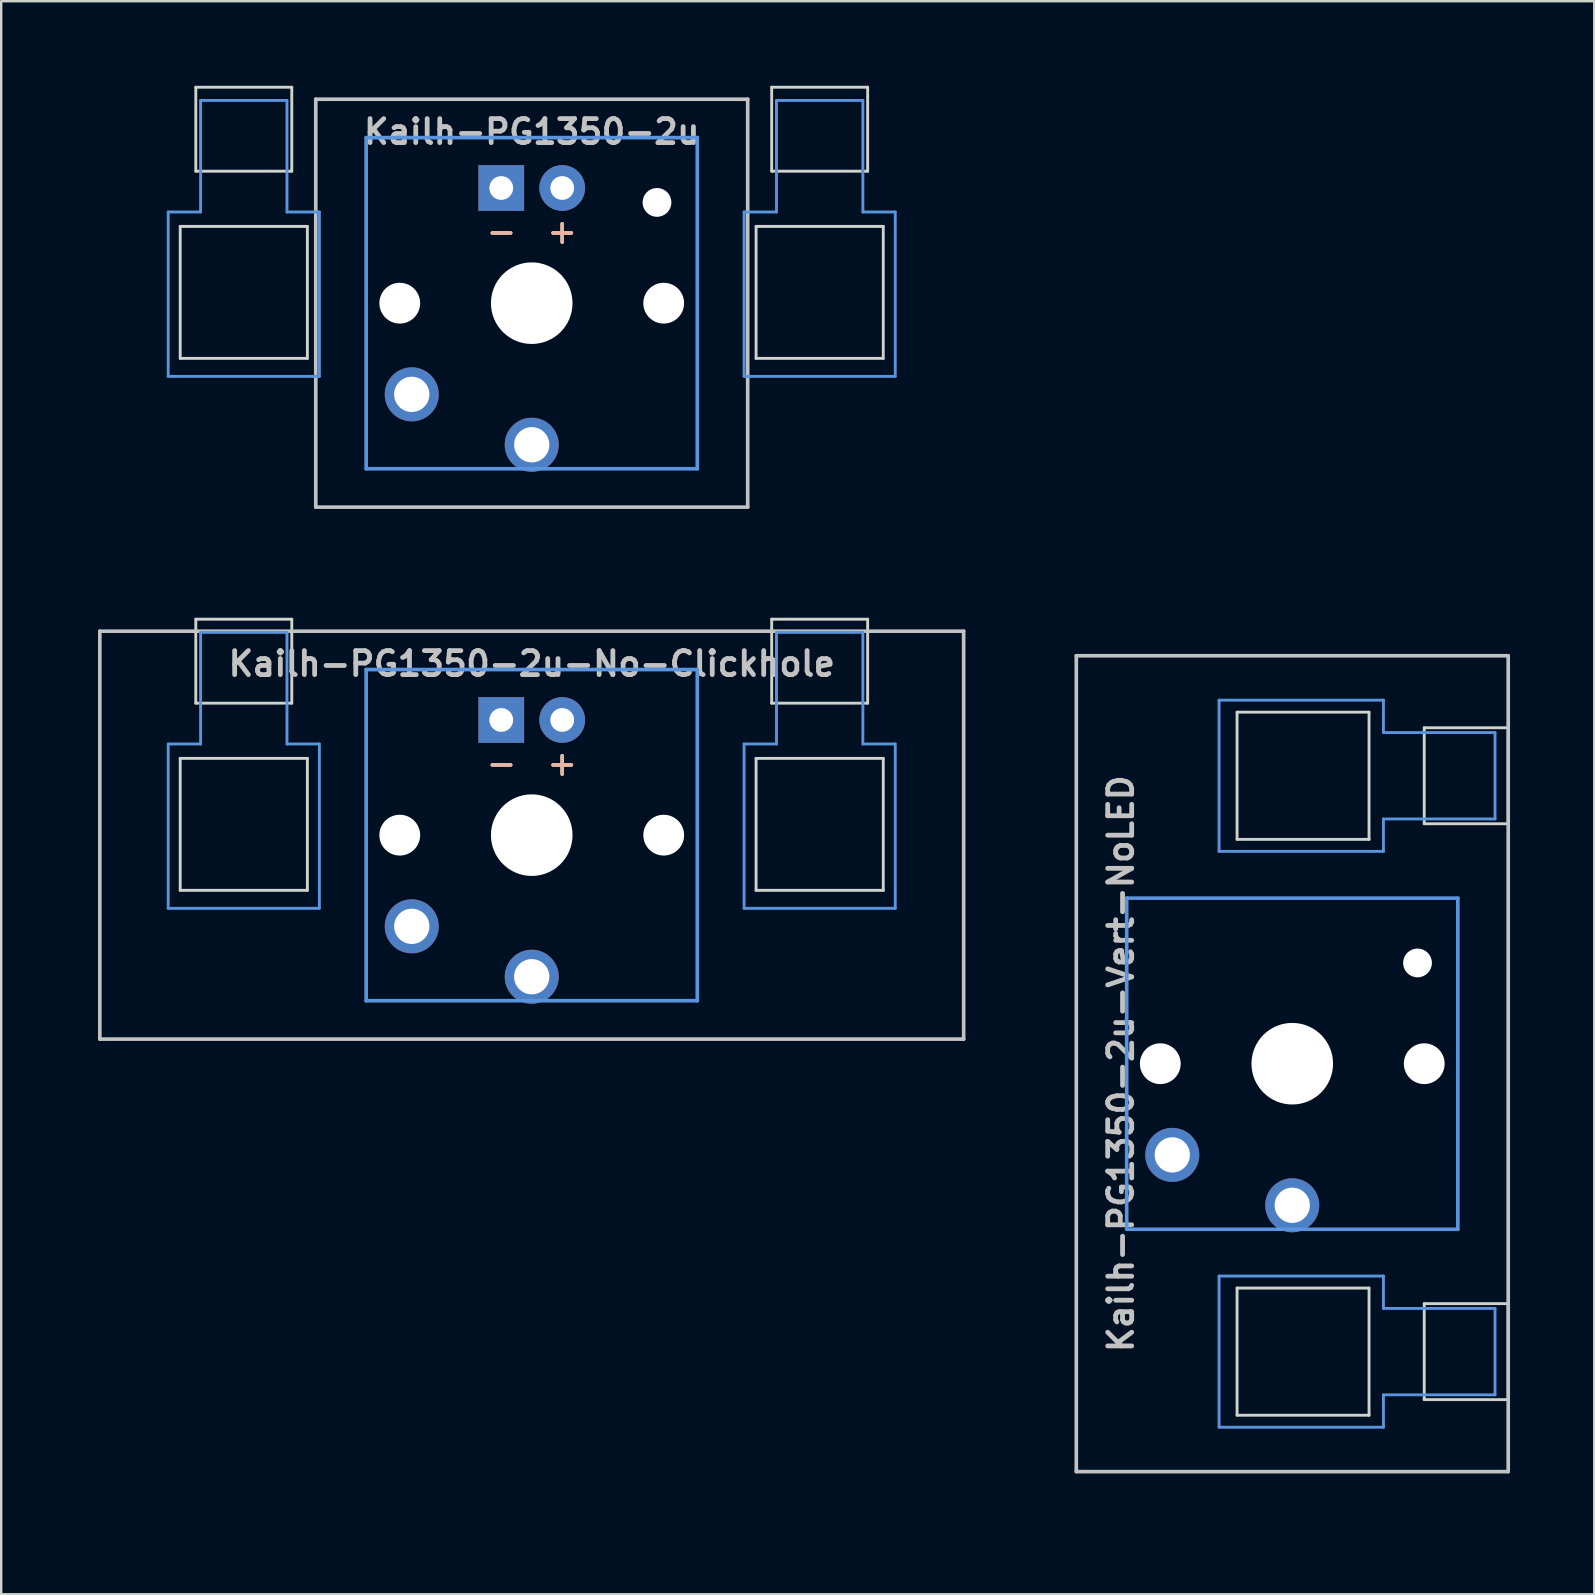
<source format=kicad_pcb>
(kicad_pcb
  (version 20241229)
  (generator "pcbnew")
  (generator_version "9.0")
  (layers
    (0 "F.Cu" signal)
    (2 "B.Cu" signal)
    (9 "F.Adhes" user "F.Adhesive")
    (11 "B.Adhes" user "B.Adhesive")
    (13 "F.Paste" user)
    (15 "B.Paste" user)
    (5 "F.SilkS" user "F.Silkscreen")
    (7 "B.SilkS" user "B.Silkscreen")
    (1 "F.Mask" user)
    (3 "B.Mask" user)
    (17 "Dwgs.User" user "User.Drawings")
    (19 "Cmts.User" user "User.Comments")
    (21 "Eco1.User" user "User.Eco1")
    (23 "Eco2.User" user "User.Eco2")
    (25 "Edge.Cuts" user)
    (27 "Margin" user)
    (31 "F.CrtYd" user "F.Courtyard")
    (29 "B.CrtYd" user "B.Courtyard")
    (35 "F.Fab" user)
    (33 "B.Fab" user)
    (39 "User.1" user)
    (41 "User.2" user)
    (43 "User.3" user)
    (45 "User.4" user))
  (footprint "Kailh-PG1350-2u-No-Clickhole"
    (layer "F.Cu")
    (at 19.11 31.755)
    (property "Reference" "Kailh-PG1350-2u-No-Clickhole" (at 0 -7.144 180) (layer "Dwgs.User") (effects (font (size 1 1) (thickness 0.2))))
    (attr through_hole)
    (fp_line (start -18 -8.5) (end 18 -8.5) (stroke (width 0.152) (type solid)) (layer "Dwgs.User"))
    (fp_line (start -18 8.5) (end -18 -8.5) (stroke (width 0.152) (type solid)) (layer "Dwgs.User"))
    (fp_line (start 18 -8.5) (end 18 8.5) (stroke (width 0.152) (type solid)) (layer "Dwgs.User"))
    (fp_line (start 18 8.5) (end -18 8.5) (stroke (width 0.152) (type solid)) (layer "Dwgs.User"))
    (fp_line (start -15.15 -3.8) (end -13.8 -3.8) (stroke (width 0.12) (type solid)) (layer "Cmts.User"))
    (fp_line (start -15.15 3.05) (end -15.15 -3.8) (stroke (width 0.12) (type solid)) (layer "Cmts.User"))
    (fp_line (start -15.15 3.05) (end -8.85 3.05) (stroke (width 0.12) (type solid)) (layer "Cmts.User"))
    (fp_line (start -13.8 -8.45) (end -13.8 -3.8) (stroke (width 0.12) (type solid)) (layer "Cmts.User"))
    (fp_line (start -13.8 -8.45) (end -10.2 -8.45) (stroke (width 0.12) (type solid)) (layer "Cmts.User"))
    (fp_line (start -10.2 -8.45) (end -10.2 -3.8) (stroke (width 0.12) (type solid)) (layer "Cmts.User"))
    (fp_line (start -10.2 -3.8) (end -8.85 -3.8) (stroke (width 0.12) (type solid)) (layer "Cmts.User"))
    (fp_line (start -8.85 3.05) (end -8.85 -3.8) (stroke (width 0.12) (type solid)) (layer "Cmts.User"))
    (fp_line (start -6.9 -6.9) (end 6.9 -6.9) (stroke (width 0.152) (type solid)) (layer "Cmts.User"))
    (fp_line (start -6.9 6.9) (end -6.9 -6.9) (stroke (width 0.152) (type solid)) (layer "Cmts.User"))
    (fp_line (start 6.9 -6.9) (end 6.9 6.9) (stroke (width 0.152) (type solid)) (layer "Cmts.User"))
    (fp_line (start 6.9 6.9) (end -6.9 6.9) (stroke (width 0.152) (type solid)) (layer "Cmts.User"))
    (fp_line (start 8.85 -3.8) (end 10.2 -3.8) (stroke (width 0.12) (type solid)) (layer "Cmts.User"))
    (fp_line (start 8.85 3.05) (end 8.85 -3.8) (stroke (width 0.12) (type solid)) (layer "Cmts.User"))
    (fp_line (start 8.85 3.05) (end 15.15 3.05) (stroke (width 0.12) (type solid)) (layer "Cmts.User"))
    (fp_line (start 10.2 -8.45) (end 10.2 -3.8) (stroke (width 0.12) (type solid)) (layer "Cmts.User"))
    (fp_line (start 10.2 -8.45) (end 13.8 -8.45) (stroke (width 0.12) (type solid)) (layer "Cmts.User"))
    (fp_line (start 13.8 -8.45) (end 13.8 -3.8) (stroke (width 0.12) (type solid)) (layer "Cmts.User"))
    (fp_line (start 13.8 -3.8) (end 15.15 -3.8) (stroke (width 0.12) (type solid)) (layer "Cmts.User"))
    (fp_line (start 15.15 3.05) (end 15.15 -3.8) (stroke (width 0.12) (type solid)) (layer "Cmts.User"))
    (fp_line (start -19.05 -9.525) (end -19.05 9.525) (stroke (width 0.12) (type solid)) (layer "Eco1.User"))
    (fp_line (start -19.05 -9.525) (end 19.05 -9.525) (stroke (width 0.12) (type solid)) (layer "Eco1.User"))
    (fp_line (start -19.05 9.525) (end 19.05 9.525) (stroke (width 0.12) (type solid)) (layer "Eco1.User"))
    (fp_line (start 19.05 -9.525) (end 19.05 9.525) (stroke (width 0.12) (type solid)) (layer "Eco1.User"))
    (fp_line (start -7.5 -7.5) (end 7.5 -7.5) (stroke (width 0.152) (type solid)) (layer "Eco2.User"))
    (fp_line (start -7.5 7.5) (end -7.5 -7.5) (stroke (width 0.152) (type solid)) (layer "Eco2.User"))
    (fp_line (start 7.5 -7.5) (end 7.5 7.5) (stroke (width 0.152) (type solid)) (layer "Eco2.User"))
    (fp_line (start 7.5 7.5) (end -7.5 7.5) (stroke (width 0.152) (type solid)) (layer "Eco2.User"))
    (fp_line (start -14.65 -3.2) (end -14.65 2.3) (stroke (width 0.12) (type solid)) (layer "Edge.Cuts"))
    (fp_line (start -14.65 -3.2) (end -9.35 -3.2) (stroke (width 0.12) (type solid)) (layer "Edge.Cuts"))
    (fp_line (start -14.65 2.3) (end -9.35 2.3) (stroke (width 0.12) (type solid)) (layer "Edge.Cuts"))
    (fp_line (start -14 -9) (end -14 -5.5) (stroke (width 0.12) (type solid)) (layer "Edge.Cuts"))
    (fp_line (start -14 -9) (end -10 -9) (stroke (width 0.12) (type solid)) (layer "Edge.Cuts"))
    (fp_line (start -14 -5.5) (end -10 -5.5) (stroke (width 0.12) (type solid)) (layer "Edge.Cuts"))
    (fp_line (start -10 -5.5) (end -10 -9) (stroke (width 0.12) (type solid)) (layer "Edge.Cuts"))
    (fp_line (start -9.35 2.3) (end -9.35 -3.2) (stroke (width 0.12) (type solid)) (layer "Edge.Cuts"))
    (fp_line (start 9.35 -3.2) (end 9.35 2.3) (stroke (width 0.12) (type solid)) (layer "Edge.Cuts"))
    (fp_line (start 9.35 -3.2) (end 14.65 -3.2) (stroke (width 0.12) (type solid)) (layer "Edge.Cuts"))
    (fp_line (start 9.35 2.3) (end 14.65 2.3) (stroke (width 0.12) (type solid)) (layer "Edge.Cuts"))
    (fp_line (start 10 -9) (end 10 -5.5) (stroke (width 0.12) (type solid)) (layer "Edge.Cuts"))
    (fp_line (start 10 -9) (end 14 -9) (stroke (width 0.12) (type solid)) (layer "Edge.Cuts"))
    (fp_line (start 10 -5.5) (end 14 -5.5) (stroke (width 0.12) (type solid)) (layer "Edge.Cuts"))
    (fp_line (start 14 -5.5) (end 14 -9) (stroke (width 0.12) (type solid)) (layer "Edge.Cuts"))
    (fp_line (start 14.65 2.3) (end 14.65 -3.2) (stroke (width 0.12) (type solid)) (layer "Edge.Cuts"))
    (fp_text user "-" (at -1.26 -3 180) (layer "F.SilkS") (effects (font (size 1 1) (thickness 0.15))))
    (fp_text user "+" (at 1.27 -3 180) (layer "F.SilkS") (effects (font (size 1 1) (thickness 0.15))))
    (fp_text user "+" (at 1.27 -3 180) (layer "B.SilkS") (effects (font (size 1 1) (thickness 0.15)) (justify mirror)))
    (fp_text user "-" (at -1.26 -3 180) (layer "B.SilkS") (effects (font (size 1 1) (thickness 0.15)) (justify mirror)))
    (pad "" np_thru_hole circle (at -5.5 0 180) (size 1.7 1.7) (drill 1.7) (layers "*.Cu" "*.Mask"))
    (pad "" np_thru_hole circle (at 0 0 180) (size 3.4 3.4) (drill 3.4) (layers "*.Cu" "*.Mask"))
    (pad "" np_thru_hole circle (at 5.5 0 180) (size 1.7 1.7) (drill 1.7) (layers "*.Cu" "*.Mask"))
    (pad "1" thru_hole circle (at 0 5.9 180) (size 2.25 2.25) (drill 1.47) (layers "*.Cu" "*.Mask"))
    (pad "2" thru_hole circle (at -5 3.8 41.9) (size 2.25 2.25) (drill 1.47) (layers "*.Cu" "*.Mask"))
    (pad "3" thru_hole circle (at 1.27 -4.8 180) (size 1.905 1.905) (drill 0.991) (layers "*.Cu" "*.Mask"))
    (pad "4" thru_hole rect (at -1.27 -4.8 180) (size 1.905 1.905) (drill 0.991) (layers "*.Cu" "*.Mask")))
  (footprint "Kailh-PG1350-2u"
    (layer "F.Cu")
    (at 19.11 9.585)
    (property "Reference" "Kailh-PG1350-2u" (at 0 -7.144 180) (layer "Dwgs.User") (effects (font (size 1 1) (thickness 0.2))))
    (attr through_hole)
    (fp_line (start -9 -8.5) (end 9 -8.5) (stroke (width 0.152) (type solid)) (layer "Dwgs.User"))
    (fp_line (start -9 8.5) (end -9 -8.5) (stroke (width 0.152) (type solid)) (layer "Dwgs.User"))
    (fp_line (start 9 -8.5) (end 9 8.5) (stroke (width 0.152) (type solid)) (layer "Dwgs.User"))
    (fp_line (start 9 8.5) (end -9 8.5) (stroke (width 0.152) (type solid)) (layer "Dwgs.User"))
    (fp_line (start -15.15 -3.8) (end -13.8 -3.8) (stroke (width 0.12) (type solid)) (layer "Cmts.User"))
    (fp_line (start -15.15 3.05) (end -15.15 -3.8) (stroke (width 0.12) (type solid)) (layer "Cmts.User"))
    (fp_line (start -15.15 3.05) (end -8.85 3.05) (stroke (width 0.12) (type solid)) (layer "Cmts.User"))
    (fp_line (start -13.8 -8.45) (end -13.8 -3.8) (stroke (width 0.12) (type solid)) (layer "Cmts.User"))
    (fp_line (start -13.8 -8.45) (end -10.2 -8.45) (stroke (width 0.12) (type solid)) (layer "Cmts.User"))
    (fp_line (start -10.2 -8.45) (end -10.2 -3.8) (stroke (width 0.12) (type solid)) (layer "Cmts.User"))
    (fp_line (start -10.2 -3.8) (end -8.85 -3.8) (stroke (width 0.12) (type solid)) (layer "Cmts.User"))
    (fp_line (start -8.85 3.05) (end -8.85 -3.8) (stroke (width 0.12) (type solid)) (layer "Cmts.User"))
    (fp_line (start -6.9 -6.9) (end 6.9 -6.9) (stroke (width 0.152) (type solid)) (layer "Cmts.User"))
    (fp_line (start -6.9 6.9) (end -6.9 -6.9) (stroke (width 0.152) (type solid)) (layer "Cmts.User"))
    (fp_line (start 6.9 -6.9) (end 6.9 6.9) (stroke (width 0.152) (type solid)) (layer "Cmts.User"))
    (fp_line (start 6.9 6.9) (end -6.9 6.9) (stroke (width 0.152) (type solid)) (layer "Cmts.User"))
    (fp_line (start 8.85 -3.8) (end 10.2 -3.8) (stroke (width 0.12) (type solid)) (layer "Cmts.User"))
    (fp_line (start 8.85 3.05) (end 8.85 -3.8) (stroke (width 0.12) (type solid)) (layer "Cmts.User"))
    (fp_line (start 8.85 3.05) (end 15.15 3.05) (stroke (width 0.12) (type solid)) (layer "Cmts.User"))
    (fp_line (start 10.2 -8.45) (end 10.2 -3.8) (stroke (width 0.12) (type solid)) (layer "Cmts.User"))
    (fp_line (start 10.2 -8.45) (end 13.8 -8.45) (stroke (width 0.12) (type solid)) (layer "Cmts.User"))
    (fp_line (start 13.8 -8.45) (end 13.8 -3.8) (stroke (width 0.12) (type solid)) (layer "Cmts.User"))
    (fp_line (start 13.8 -3.8) (end 15.15 -3.8) (stroke (width 0.12) (type solid)) (layer "Cmts.User"))
    (fp_line (start 15.15 3.05) (end 15.15 -3.8) (stroke (width 0.12) (type solid)) (layer "Cmts.User"))
    (fp_line (start -19.05 -9.525) (end -19.05 9.525) (stroke (width 0.12) (type solid)) (layer "Eco1.User"))
    (fp_line (start -19.05 -9.525) (end 19.05 -9.525) (stroke (width 0.12) (type solid)) (layer "Eco1.User"))
    (fp_line (start -19.05 9.525) (end 19.05 9.525) (stroke (width 0.12) (type solid)) (layer "Eco1.User"))
    (fp_line (start 19.05 -9.525) (end 19.05 9.525) (stroke (width 0.12) (type solid)) (layer "Eco1.User"))
    (fp_line (start -7.5 -7.5) (end 7.5 -7.5) (stroke (width 0.152) (type solid)) (layer "Eco2.User"))
    (fp_line (start -7.5 7.5) (end -7.5 -7.5) (stroke (width 0.152) (type solid)) (layer "Eco2.User"))
    (fp_line (start 7.5 -7.5) (end 7.5 7.5) (stroke (width 0.152) (type solid)) (layer "Eco2.User"))
    (fp_line (start 7.5 7.5) (end -7.5 7.5) (stroke (width 0.152) (type solid)) (layer "Eco2.User"))
    (fp_line (start -14.65 -3.2) (end -14.65 2.3) (stroke (width 0.12) (type solid)) (layer "Edge.Cuts"))
    (fp_line (start -14.65 -3.2) (end -9.35 -3.2) (stroke (width 0.12) (type solid)) (layer "Edge.Cuts"))
    (fp_line (start -14.65 2.3) (end -9.35 2.3) (stroke (width 0.12) (type solid)) (layer "Edge.Cuts"))
    (fp_line (start -14 -9) (end -14 -5.5) (stroke (width 0.12) (type solid)) (layer "Edge.Cuts"))
    (fp_line (start -14 -9) (end -10 -9) (stroke (width 0.12) (type solid)) (layer "Edge.Cuts"))
    (fp_line (start -14 -5.5) (end -10 -5.5) (stroke (width 0.12) (type solid)) (layer "Edge.Cuts"))
    (fp_line (start -10 -5.5) (end -10 -9) (stroke (width 0.12) (type solid)) (layer "Edge.Cuts"))
    (fp_line (start -9.35 2.3) (end -9.35 -3.2) (stroke (width 0.12) (type solid)) (layer "Edge.Cuts"))
    (fp_line (start 9.35 -3.2) (end 9.35 2.3) (stroke (width 0.12) (type solid)) (layer "Edge.Cuts"))
    (fp_line (start 9.35 -3.2) (end 14.65 -3.2) (stroke (width 0.12) (type solid)) (layer "Edge.Cuts"))
    (fp_line (start 9.35 2.3) (end 14.65 2.3) (stroke (width 0.12) (type solid)) (layer "Edge.Cuts"))
    (fp_line (start 10 -9) (end 10 -5.5) (stroke (width 0.12) (type solid)) (layer "Edge.Cuts"))
    (fp_line (start 10 -9) (end 14 -9) (stroke (width 0.12) (type solid)) (layer "Edge.Cuts"))
    (fp_line (start 10 -5.5) (end 14 -5.5) (stroke (width 0.12) (type solid)) (layer "Edge.Cuts"))
    (fp_line (start 14 -5.5) (end 14 -9) (stroke (width 0.12) (type solid)) (layer "Edge.Cuts"))
    (fp_line (start 14.65 2.3) (end 14.65 -3.2) (stroke (width 0.12) (type solid)) (layer "Edge.Cuts"))
    (fp_text user "+" (at 1.27 -3 180) (layer "F.SilkS") (effects (font (size 1 1) (thickness 0.15))))
    (fp_text user "-" (at -1.26 -3 180) (layer "F.SilkS") (effects (font (size 1 1) (thickness 0.15))))
    (fp_text user "+" (at 1.27 -3 180) (layer "B.SilkS") (effects (font (size 1 1) (thickness 0.15)) (justify mirror)))
    (fp_text user "-" (at -1.26 -3 180) (layer "B.SilkS") (effects (font (size 1 1) (thickness 0.15)) (justify mirror)))
    (pad "" np_thru_hole circle (at -5.5 0 180) (size 1.7 1.7) (drill 1.7) (layers "*.Cu" "*.Mask"))
    (pad "" np_thru_hole circle (at 0 0 180) (size 3.4 3.4) (drill 3.4) (layers "*.Cu" "*.Mask"))
    (pad "" np_thru_hole circle (at 5.22 -4.2 180) (size 1.2 1.2) (drill 1.2) (layers "*.Cu" "*.Mask"))
    (pad "" np_thru_hole circle (at 5.5 0 180) (size 1.7 1.7) (drill 1.7) (layers "*.Cu" "*.Mask"))
    (pad "1" thru_hole circle (at 0 5.9 180) (size 2.25 2.25) (drill 1.47) (layers "*.Cu" "*.Mask"))
    (pad "2" thru_hole circle (at -5 3.8 41.9) (size 2.25 2.25) (drill 1.47) (layers "*.Cu" "*.Mask"))
    (pad "3" thru_hole circle (at 1.27 -4.8 180) (size 1.905 1.905) (drill 0.991) (layers "*.Cu" "*.Mask"))
    (pad "4" thru_hole rect (at -1.27 -4.8 180) (size 1.905 1.905) (drill 0.991) (layers "*.Cu" "*.Mask")))
  (footprint "Kailh-PG1350-2u-Vert-NoLED"
    (layer "F.Cu")
    (at 50.805 41.28)
    (property "Reference" "Kailh-PG1350-2u-Vert-NoLED" (at -7.144 0 270) (layer "Dwgs.User") (effects (font (size 1 1) (thickness 0.2))))
    (attr through_hole)
    (fp_line (start -9 -17) (end 9 -17) (stroke (width 0.152) (type solid)) (layer "Dwgs.User"))
    (fp_line (start -9 17) (end -9 -17) (stroke (width 0.152) (type solid)) (layer "Dwgs.User"))
    (fp_line (start 9 -17) (end 9 17) (stroke (width 0.152) (type solid)) (layer "Dwgs.User"))
    (fp_line (start 9 17) (end -9 17) (stroke (width 0.152) (type solid)) (layer "Dwgs.User"))
    (fp_line (start -6.9 -6.9) (end 6.9 -6.9) (stroke (width 0.152) (type solid)) (layer "Cmts.User"))
    (fp_line (start -6.9 6.9) (end -6.9 -6.9) (stroke (width 0.152) (type solid)) (layer "Cmts.User"))
    (fp_line (start -3.05 -15.15) (end -3.05 -8.85) (stroke (width 0.12) (type solid)) (layer "Cmts.User"))
    (fp_line (start -3.05 -15.15) (end 3.8 -15.15) (stroke (width 0.12) (type solid)) (layer "Cmts.User"))
    (fp_line (start -3.05 -8.85) (end 3.8 -8.85) (stroke (width 0.12) (type solid)) (layer "Cmts.User"))
    (fp_line (start -3.05 8.85) (end -3.05 15.15) (stroke (width 0.12) (type solid)) (layer "Cmts.User"))
    (fp_line (start -3.05 8.85) (end 3.8 8.85) (stroke (width 0.12) (type solid)) (layer "Cmts.User"))
    (fp_line (start -3.05 15.15) (end 3.8 15.15) (stroke (width 0.12) (type solid)) (layer "Cmts.User"))
    (fp_line (start 3.8 -15.15) (end 3.8 -13.8) (stroke (width 0.12) (type solid)) (layer "Cmts.User"))
    (fp_line (start 3.8 -10.2) (end 3.8 -8.85) (stroke (width 0.12) (type solid)) (layer "Cmts.User"))
    (fp_line (start 3.8 8.85) (end 3.8 10.2) (stroke (width 0.12) (type solid)) (layer "Cmts.User"))
    (fp_line (start 3.8 13.8) (end 3.8 15.15) (stroke (width 0.12) (type solid)) (layer "Cmts.User"))
    (fp_line (start 6.9 -6.9) (end 6.9 6.9) (stroke (width 0.152) (type solid)) (layer "Cmts.User"))
    (fp_line (start 6.9 6.9) (end -6.9 6.9) (stroke (width 0.152) (type solid)) (layer "Cmts.User"))
    (fp_line (start 8.45 -13.8) (end 3.8 -13.8) (stroke (width 0.12) (type solid)) (layer "Cmts.User"))
    (fp_line (start 8.45 -13.8) (end 8.45 -10.2) (stroke (width 0.12) (type solid)) (layer "Cmts.User"))
    (fp_line (start 8.45 -10.2) (end 3.8 -10.2) (stroke (width 0.12) (type solid)) (layer "Cmts.User"))
    (fp_line (start 8.45 10.2) (end 3.8 10.2) (stroke (width 0.12) (type solid)) (layer "Cmts.User"))
    (fp_line (start 8.45 10.2) (end 8.45 13.8) (stroke (width 0.12) (type solid)) (layer "Cmts.User"))
    (fp_line (start 8.45 13.8) (end 3.8 13.8) (stroke (width 0.12) (type solid)) (layer "Cmts.User"))
    (fp_line (start -9.525 -19.05) (end -9.525 19.05) (stroke (width 0.12) (type solid)) (layer "Eco1.User"))
    (fp_line (start 9.525 -19.05) (end -9.525 -19.05) (stroke (width 0.12) (type solid)) (layer "Eco1.User"))
    (fp_line (start 9.525 -19.05) (end 9.525 19.05) (stroke (width 0.12) (type solid)) (layer "Eco1.User"))
    (fp_line (start 9.525 19.05) (end -9.525 19.05) (stroke (width 0.12) (type solid)) (layer "Eco1.User"))
    (fp_line (start -7.5 -7.5) (end 7.5 -7.5) (stroke (width 0.152) (type solid)) (layer "Eco2.User"))
    (fp_line (start -7.5 7.5) (end -7.5 -7.5) (stroke (width 0.152) (type solid)) (layer "Eco2.User"))
    (fp_line (start 7.5 -7.5) (end 7.5 7.5) (stroke (width 0.152) (type solid)) (layer "Eco2.User"))
    (fp_line (start 7.5 7.5) (end -7.5 7.5) (stroke (width 0.152) (type solid)) (layer "Eco2.User"))
    (fp_line (start -2.3 -14.65) (end -2.3 -9.35) (stroke (width 0.12) (type solid)) (layer "Edge.Cuts"))
    (fp_line (start -2.3 -9.35) (end 3.2 -9.35) (stroke (width 0.12) (type solid)) (layer "Edge.Cuts"))
    (fp_line (start -2.3 9.35) (end -2.3 14.65) (stroke (width 0.12) (type solid)) (layer "Edge.Cuts"))
    (fp_line (start -2.3 14.65) (end 3.2 14.65) (stroke (width 0.12) (type solid)) (layer "Edge.Cuts"))
    (fp_line (start 3.2 -14.65) (end -2.3 -14.65) (stroke (width 0.12) (type solid)) (layer "Edge.Cuts"))
    (fp_line (start 3.2 -14.65) (end 3.2 -9.35) (stroke (width 0.12) (type solid)) (layer "Edge.Cuts"))
    (fp_line (start 3.2 9.35) (end -2.3 9.35) (stroke (width 0.12) (type solid)) (layer "Edge.Cuts"))
    (fp_line (start 3.2 9.35) (end 3.2 14.65) (stroke (width 0.12) (type solid)) (layer "Edge.Cuts"))
    (fp_line (start 5.5 -14) (end 5.5 -10) (stroke (width 0.12) (type solid)) (layer "Edge.Cuts"))
    (fp_line (start 5.5 -10) (end 9 -10) (stroke (width 0.12) (type solid)) (layer "Edge.Cuts"))
    (fp_line (start 5.5 10) (end 5.5 14) (stroke (width 0.12) (type solid)) (layer "Edge.Cuts"))
    (fp_line (start 5.5 14) (end 9 14) (stroke (width 0.12) (type solid)) (layer "Edge.Cuts"))
    (fp_line (start 9 -14) (end 5.5 -14) (stroke (width 0.12) (type solid)) (layer "Edge.Cuts"))
    (fp_line (start 9 -14) (end 9 -10) (stroke (width 0.12) (type solid)) (layer "Edge.Cuts"))
    (fp_line (start 9 10) (end 5.5 10) (stroke (width 0.12) (type solid)) (layer "Edge.Cuts"))
    (fp_line (start 9 10) (end 9 14) (stroke (width 0.12) (type solid)) (layer "Edge.Cuts"))
    (pad "" np_thru_hole circle (at -5.5 0 180) (size 1.7 1.7) (drill 1.7) (layers "*.Cu" "*.Mask"))
    (pad "" np_thru_hole circle (at 0 0 270) (size 3.4 3.4) (drill 3.4) (layers "*.Cu" "*.Mask"))
    (pad "" np_thru_hole circle (at 5.22 -4.2 180) (size 1.2 1.2) (drill 1.2) (layers "*.Cu" "*.Mask"))
    (pad "" np_thru_hole circle (at 5.5 0 180) (size 1.7 1.7) (drill 1.7) (layers "*.Cu" "*.Mask"))
    (pad "1" thru_hole circle (at 0 5.9 180) (size 2.25 2.25) (drill 1.47) (layers "*.Cu" "*.Mask"))
    (pad "2" thru_hole circle (at -5 3.8 41.9) (size 2.25 2.25) (drill 1.47) (layers "*.Cu" "*.Mask")))
  (gr_rect
    (start -3 -3)
    (end 63.39 63.39)
    (stroke (width 0.1) (type default))
    (fill no)
    (layer "Edge.Cuts")))
</source>
